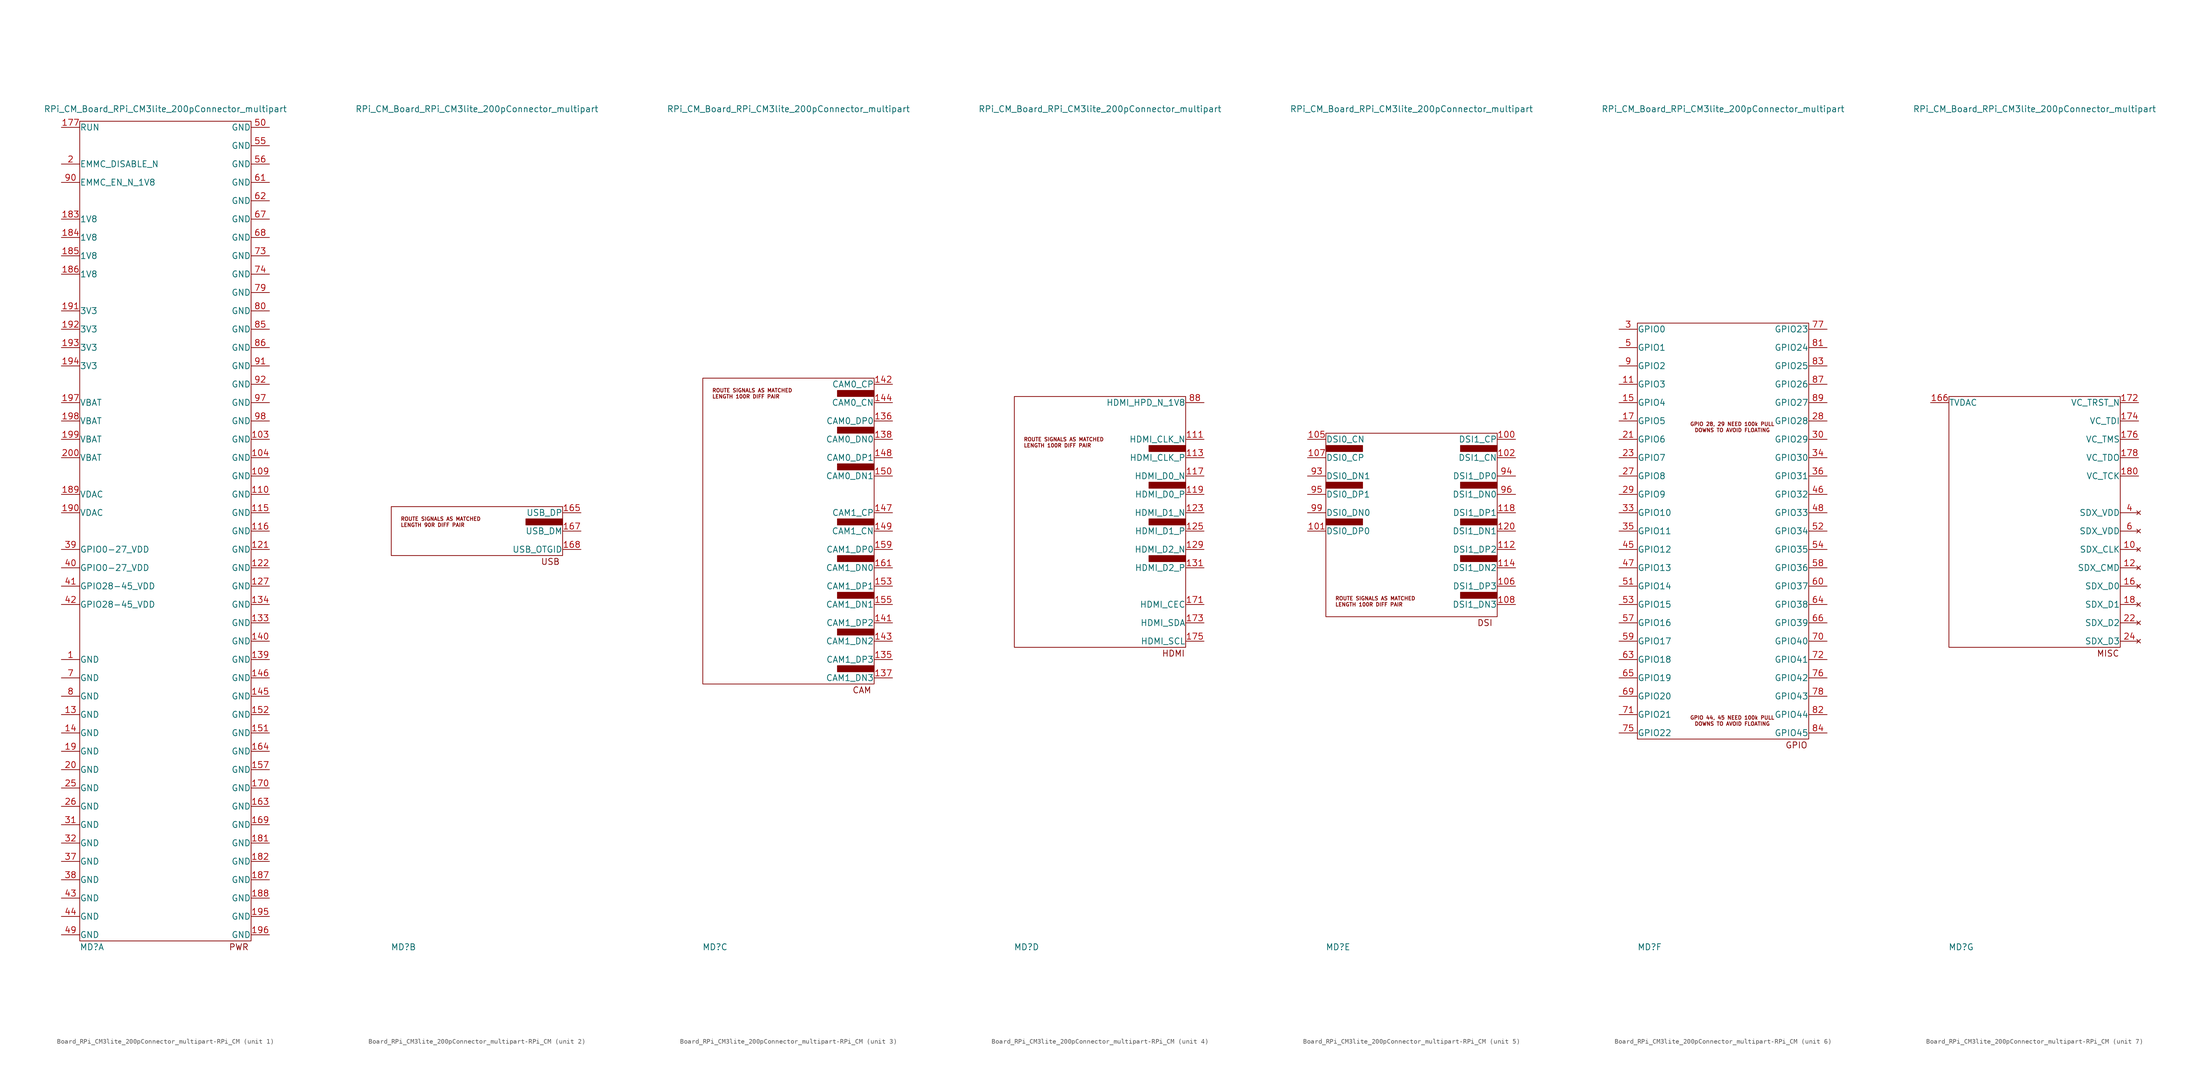
<source format=kicad_sym>
(kicad_symbol_lib
  (version 20220914)
  (generator kicad_symbol_editor)
  (symbol "Board_RPi_CM3lite_200pConnector_multipart-RPi_CM"
    (pin_names
      (offset 0.025))
    (property "Reference" "MD"
      (at -15.24 -86.36 0)
      (effects (font (size 1.27 1.27))))
    (property "Value" "RPi_CM_Board_RPi_CM3lite_200pConnector_multipart"
      (at 0 87.63 0)
      (effects (font (size 1.27 1.27))))
    (property "ki_locked" ""
      (at 0 0 0)
      (effects (font (size 1.27 1.27))))
    (symbol "Board_RPi_CM3lite_200pConnector_multipart-RPi_CM_1_0"
      (text "PWR" (at 15.24 -86.36 0) (effects (font (size 1.27 1.27)))))
    (symbol "Board_RPi_CM3lite_200pConnector_multipart-RPi_CM_1_1"
      (rectangle (start -17.78 85.09) (end 17.78 -85.09) (stroke (width 0) (type solid)) (fill (type none)))
      (pin input line (at -21.59 -26.67 0) (length 3.81) (name "GND" (effects (font (size 1.27 1.27)))) (number "1" (effects (font (size 1.27 1.27)))))
      (pin input line (at 21.59 19.05 180) (length 3.81) (name "GND" (effects (font (size 1.27 1.27)))) (number "103" (effects (font (size 1.27 1.27)))))
      (pin input line (at 21.59 15.24 180) (length 3.81) (name "GND" (effects (font (size 1.27 1.27)))) (number "104" (effects (font (size 1.27 1.27)))))
      (pin input line (at 21.59 11.43 180) (length 3.81) (name "GND" (effects (font (size 1.27 1.27)))) (number "109" (effects (font (size 1.27 1.27)))))
      (pin input line (at 21.59 7.62 180) (length 3.81) (name "GND" (effects (font (size 1.27 1.27)))) (number "110" (effects (font (size 1.27 1.27)))))
      (pin input line (at 21.59 3.81 180) (length 3.81) (name "GND" (effects (font (size 1.27 1.27)))) (number "115" (effects (font (size 1.27 1.27)))))
      (pin input line (at 21.59 0 180) (length 3.81) (name "GND" (effects (font (size 1.27 1.27)))) (number "116" (effects (font (size 1.27 1.27)))))
      (pin input line (at 21.59 -3.81 180) (length 3.81) (name "GND" (effects (font (size 1.27 1.27)))) (number "121" (effects (font (size 1.27 1.27)))))
      (pin input line (at 21.59 -7.62 180) (length 3.81) (name "GND" (effects (font (size 1.27 1.27)))) (number "122" (effects (font (size 1.27 1.27)))))
      (pin input line (at 21.59 -11.43 180) (length 3.81) (name "GND" (effects (font (size 1.27 1.27)))) (number "127" (effects (font (size 1.27 1.27)))))
      (pin input line (at -21.59 -38.1 0) (length 3.81) (name "GND" (effects (font (size 1.27 1.27)))) (number "13" (effects (font (size 1.27 1.27)))))
      (pin input line (at 21.59 -19.05 180) (length 3.81) (name "GND" (effects (font (size 1.27 1.27)))) (number "133" (effects (font (size 1.27 1.27)))))
      (pin input line (at 21.59 -15.24 180) (length 3.81) (name "GND" (effects (font (size 1.27 1.27)))) (number "134" (effects (font (size 1.27 1.27)))))
      (pin input line (at 21.59 -26.67 180) (length 3.81) (name "GND" (effects (font (size 1.27 1.27)))) (number "139" (effects (font (size 1.27 1.27)))))
      (pin input line (at -21.59 -41.91 0) (length 3.81) (name "GND" (effects (font (size 1.27 1.27)))) (number "14" (effects (font (size 1.27 1.27)))))
      (pin input line (at 21.59 -22.86 180) (length 3.81) (name "GND" (effects (font (size 1.27 1.27)))) (number "140" (effects (font (size 1.27 1.27)))))
      (pin input line (at 21.59 -34.29 180) (length 3.81) (name "GND" (effects (font (size 1.27 1.27)))) (number "145" (effects (font (size 1.27 1.27)))))
      (pin input line (at 21.59 -30.48 180) (length 3.81) (name "GND" (effects (font (size 1.27 1.27)))) (number "146" (effects (font (size 1.27 1.27)))))
      (pin input line (at 21.59 -41.91 180) (length 3.81) (name "GND" (effects (font (size 1.27 1.27)))) (number "151" (effects (font (size 1.27 1.27)))))
      (pin input line (at 21.59 -38.1 180) (length 3.81) (name "GND" (effects (font (size 1.27 1.27)))) (number "152" (effects (font (size 1.27 1.27)))))
      (pin input line (at 21.59 -49.53 180) (length 3.81) (name "GND" (effects (font (size 1.27 1.27)))) (number "157" (effects (font (size 1.27 1.27)))))
      (pin input line (at 21.59 -57.15 180) (length 3.81) (name "GND" (effects (font (size 1.27 1.27)))) (number "163" (effects (font (size 1.27 1.27)))))
      (pin input line (at 21.59 -45.72 180) (length 3.81) (name "GND" (effects (font (size 1.27 1.27)))) (number "164" (effects (font (size 1.27 1.27)))))
      (pin input line (at 21.59 -60.96 180) (length 3.81) (name "GND" (effects (font (size 1.27 1.27)))) (number "169" (effects (font (size 1.27 1.27)))))
      (pin input line (at 21.59 -53.34 180) (length 3.81) (name "GND" (effects (font (size 1.27 1.27)))) (number "170" (effects (font (size 1.27 1.27)))))
      (pin input line (at -21.59 83.82 0) (length 3.81) (name "RUN" (effects (font (size 1.27 1.27)))) (number "177" (effects (font (size 1.27 1.27)))))
      (pin no_connect line (at -21.59 80.01 0) (length 3.81) hide (name "VDD_CORE" (effects (font (size 1.27 1.27)))) (number "179" (effects (font (size 1.27 1.27)))))
      (pin input line (at 21.59 -64.77 180) (length 3.81) (name "GND" (effects (font (size 1.27 1.27)))) (number "181" (effects (font (size 1.27 1.27)))))
      (pin input line (at 21.59 -68.58 180) (length 3.81) (name "GND" (effects (font (size 1.27 1.27)))) (number "182" (effects (font (size 1.27 1.27)))))
      (pin input line (at -21.59 64.77 0) (length 3.81) (name "1V8" (effects (font (size 1.27 1.27)))) (number "183" (effects (font (size 1.27 1.27)))))
      (pin input line (at -21.59 60.96 0) (length 3.81) (name "1V8" (effects (font (size 1.27 1.27)))) (number "184" (effects (font (size 1.27 1.27)))))
      (pin input line (at -21.59 57.15 0) (length 3.81) (name "1V8" (effects (font (size 1.27 1.27)))) (number "185" (effects (font (size 1.27 1.27)))))
      (pin input line (at -21.59 53.34 0) (length 3.81) (name "1V8" (effects (font (size 1.27 1.27)))) (number "186" (effects (font (size 1.27 1.27)))))
      (pin input line (at 21.59 -72.39 180) (length 3.81) (name "GND" (effects (font (size 1.27 1.27)))) (number "187" (effects (font (size 1.27 1.27)))))
      (pin input line (at 21.59 -76.2 180) (length 3.81) (name "GND" (effects (font (size 1.27 1.27)))) (number "188" (effects (font (size 1.27 1.27)))))
      (pin input line (at -21.59 7.62 0) (length 3.81) (name "VDAC" (effects (font (size 1.27 1.27)))) (number "189" (effects (font (size 1.27 1.27)))))
      (pin input line (at -21.59 -45.72 0) (length 3.81) (name "GND" (effects (font (size 1.27 1.27)))) (number "19" (effects (font (size 1.27 1.27)))))
      (pin input line (at -21.59 3.81 0) (length 3.81) (name "VDAC" (effects (font (size 1.27 1.27)))) (number "190" (effects (font (size 1.27 1.27)))))
      (pin input line (at -21.59 45.72 0) (length 3.81) (name "3V3" (effects (font (size 1.27 1.27)))) (number "191" (effects (font (size 1.27 1.27)))))
      (pin input line (at -21.59 41.91 0) (length 3.81) (name "3V3" (effects (font (size 1.27 1.27)))) (number "192" (effects (font (size 1.27 1.27)))))
      (pin input line (at -21.59 38.1 0) (length 3.81) (name "3V3" (effects (font (size 1.27 1.27)))) (number "193" (effects (font (size 1.27 1.27)))))
      (pin input line (at -21.59 34.29 0) (length 3.81) (name "3V3" (effects (font (size 1.27 1.27)))) (number "194" (effects (font (size 1.27 1.27)))))
      (pin input line (at 21.59 -80.01 180) (length 3.81) (name "GND" (effects (font (size 1.27 1.27)))) (number "195" (effects (font (size 1.27 1.27)))))
      (pin input line (at 21.59 -83.82 180) (length 3.81) (name "GND" (effects (font (size 1.27 1.27)))) (number "196" (effects (font (size 1.27 1.27)))))
      (pin input line (at -21.59 26.67 0) (length 3.81) (name "VBAT" (effects (font (size 1.27 1.27)))) (number "197" (effects (font (size 1.27 1.27)))))
      (pin input line (at -21.59 22.86 0) (length 3.81) (name "VBAT" (effects (font (size 1.27 1.27)))) (number "198" (effects (font (size 1.27 1.27)))))
      (pin input line (at -21.59 19.05 0) (length 3.81) (name "VBAT" (effects (font (size 1.27 1.27)))) (number "199" (effects (font (size 1.27 1.27)))))
      (pin input line (at -21.59 76.2 0) (length 3.81) (name "EMMC_DISABLE_N" (effects (font (size 1.27 1.27)))) (number "2" (effects (font (size 1.27 1.27)))))
      (pin input line (at -21.59 -49.53 0) (length 3.81) (name "GND" (effects (font (size 1.27 1.27)))) (number "20" (effects (font (size 1.27 1.27)))))
      (pin input line (at -21.59 15.24 0) (length 3.81) (name "VBAT" (effects (font (size 1.27 1.27)))) (number "200" (effects (font (size 1.27 1.27)))))
      (pin input line (at -21.59 -53.34 0) (length 3.81) (name "GND" (effects (font (size 1.27 1.27)))) (number "25" (effects (font (size 1.27 1.27)))))
      (pin input line (at -21.59 -57.15 0) (length 3.81) (name "GND" (effects (font (size 1.27 1.27)))) (number "26" (effects (font (size 1.27 1.27)))))
      (pin input line (at -21.59 -60.96 0) (length 3.81) (name "GND" (effects (font (size 1.27 1.27)))) (number "31" (effects (font (size 1.27 1.27)))))
      (pin input line (at -21.59 -64.77 0) (length 3.81) (name "GND" (effects (font (size 1.27 1.27)))) (number "32" (effects (font (size 1.27 1.27)))))
      (pin input line (at -21.59 -68.58 0) (length 3.81) (name "GND" (effects (font (size 1.27 1.27)))) (number "37" (effects (font (size 1.27 1.27)))))
      (pin input line (at -21.59 -72.39 0) (length 3.81) (name "GND" (effects (font (size 1.27 1.27)))) (number "38" (effects (font (size 1.27 1.27)))))
      (pin input line (at -21.59 -3.81 0) (length 3.81) (name "GPIO0-27_VDD" (effects (font (size 1.27 1.27)))) (number "39" (effects (font (size 1.27 1.27)))))
      (pin input line (at -21.59 -7.62 0) (length 3.81) (name "GPIO0-27_VDD" (effects (font (size 1.27 1.27)))) (number "40" (effects (font (size 1.27 1.27)))))
      (pin input line (at -21.59 -11.43 0) (length 3.81) (name "GPIO28-45_VDD" (effects (font (size 1.27 1.27)))) (number "41" (effects (font (size 1.27 1.27)))))
      (pin input line (at -21.59 -15.24 0) (length 3.81) (name "GPIO28-45_VDD" (effects (font (size 1.27 1.27)))) (number "42" (effects (font (size 1.27 1.27)))))
      (pin input line (at -21.59 -76.2 0) (length 3.81) (name "GND" (effects (font (size 1.27 1.27)))) (number "43" (effects (font (size 1.27 1.27)))))
      (pin input line (at -21.59 -80.01 0) (length 3.81) (name "GND" (effects (font (size 1.27 1.27)))) (number "44" (effects (font (size 1.27 1.27)))))
      (pin input line (at -21.59 -83.82 0) (length 3.81) (name "GND" (effects (font (size 1.27 1.27)))) (number "49" (effects (font (size 1.27 1.27)))))
      (pin input line (at 21.59 83.82 180) (length 3.81) (name "GND" (effects (font (size 1.27 1.27)))) (number "50" (effects (font (size 1.27 1.27)))))
      (pin input line (at 21.59 80.01 180) (length 3.81) (name "GND" (effects (font (size 1.27 1.27)))) (number "55" (effects (font (size 1.27 1.27)))))
      (pin input line (at 21.59 76.2 180) (length 3.81) (name "GND" (effects (font (size 1.27 1.27)))) (number "56" (effects (font (size 1.27 1.27)))))
      (pin input line (at 21.59 72.39 180) (length 3.81) (name "GND" (effects (font (size 1.27 1.27)))) (number "61" (effects (font (size 1.27 1.27)))))
      (pin input line (at 21.59 68.58 180) (length 3.81) (name "GND" (effects (font (size 1.27 1.27)))) (number "62" (effects (font (size 1.27 1.27)))))
      (pin input line (at 21.59 64.77 180) (length 3.81) (name "GND" (effects (font (size 1.27 1.27)))) (number "67" (effects (font (size 1.27 1.27)))))
      (pin input line (at 21.59 60.96 180) (length 3.81) (name "GND" (effects (font (size 1.27 1.27)))) (number "68" (effects (font (size 1.27 1.27)))))
      (pin input line (at -21.59 -30.48 0) (length 3.81) (name "GND" (effects (font (size 1.27 1.27)))) (number "7" (effects (font (size 1.27 1.27)))))
      (pin input line (at 21.59 57.15 180) (length 3.81) (name "GND" (effects (font (size 1.27 1.27)))) (number "73" (effects (font (size 1.27 1.27)))))
      (pin input line (at 21.59 53.34 180) (length 3.81) (name "GND" (effects (font (size 1.27 1.27)))) (number "74" (effects (font (size 1.27 1.27)))))
      (pin input line (at 21.59 49.53 180) (length 3.81) (name "GND" (effects (font (size 1.27 1.27)))) (number "79" (effects (font (size 1.27 1.27)))))
      (pin input line (at -21.59 -34.29 0) (length 3.81) (name "GND" (effects (font (size 1.27 1.27)))) (number "8" (effects (font (size 1.27 1.27)))))
      (pin input line (at 21.59 45.72 180) (length 3.81) (name "GND" (effects (font (size 1.27 1.27)))) (number "80" (effects (font (size 1.27 1.27)))))
      (pin input line (at 21.59 41.91 180) (length 3.81) (name "GND" (effects (font (size 1.27 1.27)))) (number "85" (effects (font (size 1.27 1.27)))))
      (pin input line (at 21.59 38.1 180) (length 3.81) (name "GND" (effects (font (size 1.27 1.27)))) (number "86" (effects (font (size 1.27 1.27)))))
      (pin input line (at -21.59 72.39 0) (length 3.81) (name "EMMC_EN_N_1V8" (effects (font (size 1.27 1.27)))) (number "90" (effects (font (size 1.27 1.27)))))
      (pin input line (at 21.59 34.29 180) (length 3.81) (name "GND" (effects (font (size 1.27 1.27)))) (number "91" (effects (font (size 1.27 1.27)))))
      (pin input line (at 21.59 30.48 180) (length 3.81) (name "GND" (effects (font (size 1.27 1.27)))) (number "92" (effects (font (size 1.27 1.27)))))
      (pin input line (at 21.59 26.67 180) (length 3.81) (name "GND" (effects (font (size 1.27 1.27)))) (number "97" (effects (font (size 1.27 1.27)))))
      (pin input line (at 21.59 22.86 180) (length 3.81) (name "GND" (effects (font (size 1.27 1.27)))) (number "98" (effects (font (size 1.27 1.27))))))
    (symbol "Board_RPi_CM3lite_200pConnector_multipart-RPi_CM_2_0"
      (rectangle (start 10.16 2.54) (end 17.78 1.27) (stroke (width 0) (type solid)) (fill (type outline)))
      (text "LENGTH 90R DIFF PAIR" (at -15.875 1.27 0) (effects (font (size 0.762 0.762)) (justify left)))
      (text "ROUTE SIGNALS AS MATCHED" (at -15.875 2.54 0) (effects (font (size 0.762 0.762)) (justify left)))
      (text "USB" (at 15.24 -6.35 0) (effects (font (size 1.27 1.27)))))
    (symbol "Board_RPi_CM3lite_200pConnector_multipart-RPi_CM_2_1"
      (rectangle (start -17.78 5.08) (end 17.78 -5.08) (stroke (width 0) (type solid)) (fill (type none)))
      (pin input line (at 21.59 3.81 180) (length 3.81) (name "USB_DP" (effects (font (size 1.27 1.27)))) (number "165" (effects (font (size 1.27 1.27)))))
      (pin input line (at 21.59 0 180) (length 3.81) (name "USB_DM" (effects (font (size 1.27 1.27)))) (number "167" (effects (font (size 1.27 1.27)))))
      (pin input line (at 21.59 -3.81 180) (length 3.81) (name "USB_OTGID" (effects (font (size 1.27 1.27)))) (number "168" (effects (font (size 1.27 1.27))))))
    (symbol "Board_RPi_CM3lite_200pConnector_multipart-RPi_CM_3_0"
      (rectangle (start -17.78 31.75) (end 17.78 -31.75) (stroke (width 0) (type solid)) (fill (type none)))
      (rectangle (start 10.16 -27.94) (end 17.78 -29.21) (stroke (width 0) (type solid)) (fill (type outline)))
      (rectangle (start 10.16 -20.32) (end 17.78 -21.59) (stroke (width 0) (type solid)) (fill (type outline)))
      (rectangle (start 10.16 -12.7) (end 17.78 -13.97) (stroke (width 0) (type solid)) (fill (type outline)))
      (rectangle (start 10.16 -5.08) (end 17.78 -6.35) (stroke (width 0) (type solid)) (fill (type outline)))
      (rectangle (start 10.16 2.54) (end 17.78 1.27) (stroke (width 0) (type solid)) (fill (type outline)))
      (rectangle (start 10.16 13.97) (end 17.78 12.7) (stroke (width 0) (type solid)) (fill (type outline)))
      (rectangle (start 10.16 21.59) (end 17.78 20.32) (stroke (width 0) (type solid)) (fill (type outline)))
      (rectangle (start 10.16 29.21) (end 17.78 27.94) (stroke (width 0) (type solid)) (fill (type outline)))
      (text "CAM" (at 15.24 -33.02 0) (effects (font (size 1.27 1.27))))
      (text "LENGTH 100R DIFF PAIR" (at -15.875 27.94 0) (effects (font (size 0.762 0.762)) (justify left)))
      (text "ROUTE SIGNALS AS MATCHED" (at -15.875 29.21 0) (effects (font (size 0.762 0.762)) (justify left))))
    (symbol "Board_RPi_CM3lite_200pConnector_multipart-RPi_CM_3_1"
      (pin input line (at 21.59 -26.67 180) (length 3.81) (name "CAM1_DP3" (effects (font (size 1.27 1.27)))) (number "135" (effects (font (size 1.27 1.27)))))
      (pin input line (at 21.59 22.86 180) (length 3.81) (name "CAM0_DP0" (effects (font (size 1.27 1.27)))) (number "136" (effects (font (size 1.27 1.27)))))
      (pin input line (at 21.59 -30.48 180) (length 3.81) (name "CAM1_DN3" (effects (font (size 1.27 1.27)))) (number "137" (effects (font (size 1.27 1.27)))))
      (pin input line (at 21.59 19.05 180) (length 3.81) (name "CAM0_DN0" (effects (font (size 1.27 1.27)))) (number "138" (effects (font (size 1.27 1.27)))))
      (pin input line (at 21.59 -19.05 180) (length 3.81) (name "CAM1_DP2" (effects (font (size 1.27 1.27)))) (number "141" (effects (font (size 1.27 1.27)))))
      (pin input line (at 21.59 30.48 180) (length 3.81) (name "CAM0_CP" (effects (font (size 1.27 1.27)))) (number "142" (effects (font (size 1.27 1.27)))))
      (pin input line (at 21.59 -22.86 180) (length 3.81) (name "CAM1_DN2" (effects (font (size 1.27 1.27)))) (number "143" (effects (font (size 1.27 1.27)))))
      (pin input line (at 21.59 26.67 180) (length 3.81) (name "CAM0_CN" (effects (font (size 1.27 1.27)))) (number "144" (effects (font (size 1.27 1.27)))))
      (pin input line (at 21.59 3.81 180) (length 3.81) (name "CAM1_CP" (effects (font (size 1.27 1.27)))) (number "147" (effects (font (size 1.27 1.27)))))
      (pin input line (at 21.59 15.24 180) (length 3.81) (name "CAM0_DP1" (effects (font (size 1.27 1.27)))) (number "148" (effects (font (size 1.27 1.27)))))
      (pin input line (at 21.59 0 180) (length 3.81) (name "CAM1_CN" (effects (font (size 1.27 1.27)))) (number "149" (effects (font (size 1.27 1.27)))))
      (pin input line (at 21.59 11.43 180) (length 3.81) (name "CAM0_DN1" (effects (font (size 1.27 1.27)))) (number "150" (effects (font (size 1.27 1.27)))))
      (pin input line (at 21.59 -11.43 180) (length 3.81) (name "CAM1_DP1" (effects (font (size 1.27 1.27)))) (number "153" (effects (font (size 1.27 1.27)))))
      (pin input line (at 21.59 -15.24 180) (length 3.81) (name "CAM1_DN1" (effects (font (size 1.27 1.27)))) (number "155" (effects (font (size 1.27 1.27)))))
      (pin input line (at 21.59 -3.81 180) (length 3.81) (name "CAM1_DP0" (effects (font (size 1.27 1.27)))) (number "159" (effects (font (size 1.27 1.27)))))
      (pin input line (at 21.59 -7.62 180) (length 3.81) (name "CAM1_DN0" (effects (font (size 1.27 1.27)))) (number "161" (effects (font (size 1.27 1.27))))))
    (symbol "Board_RPi_CM3lite_200pConnector_multipart-RPi_CM_4_0"
      (rectangle (start -17.78 27.94) (end 17.78 -24.13) (stroke (width 0) (type solid)) (fill (type none)))
      (rectangle (start 10.16 -5.08) (end 17.78 -6.35) (stroke (width 0) (type solid)) (fill (type outline)))
      (rectangle (start 10.16 2.54) (end 17.78 1.27) (stroke (width 0) (type solid)) (fill (type outline)))
      (rectangle (start 10.16 10.16) (end 17.78 8.89) (stroke (width 0) (type solid)) (fill (type outline)))
      (rectangle (start 10.16 17.78) (end 17.78 16.51) (stroke (width 0) (type solid)) (fill (type outline)))
      (text "HDMI" (at 15.24 -25.4 0) (effects (font (size 1.27 1.27))))
      (text "LENGTH 100R DIFF PAIR" (at -15.875 17.78 0) (effects (font (size 0.762 0.762)) (justify left)))
      (text "ROUTE SIGNALS AS MATCHED" (at -15.875 19.05 0) (effects (font (size 0.762 0.762)) (justify left))))
    (symbol "Board_RPi_CM3lite_200pConnector_multipart-RPi_CM_4_1"
      (pin input line (at 21.59 19.05 180) (length 3.81) (name "HDMI_CLK_N" (effects (font (size 1.27 1.27)))) (number "111" (effects (font (size 1.27 1.27)))))
      (pin input line (at 21.59 15.24 180) (length 3.81) (name "HDMI_CLK_P" (effects (font (size 1.27 1.27)))) (number "113" (effects (font (size 1.27 1.27)))))
      (pin input line (at 21.59 11.43 180) (length 3.81) (name "HDMI_D0_N" (effects (font (size 1.27 1.27)))) (number "117" (effects (font (size 1.27 1.27)))))
      (pin input line (at 21.59 7.62 180) (length 3.81) (name "HDMI_D0_P" (effects (font (size 1.27 1.27)))) (number "119" (effects (font (size 1.27 1.27)))))
      (pin input line (at 21.59 3.81 180) (length 3.81) (name "HDMI_D1_N" (effects (font (size 1.27 1.27)))) (number "123" (effects (font (size 1.27 1.27)))))
      (pin input line (at 21.59 0 180) (length 3.81) (name "HDMI_D1_P" (effects (font (size 1.27 1.27)))) (number "125" (effects (font (size 1.27 1.27)))))
      (pin input line (at 21.59 -3.81 180) (length 3.81) (name "HDMI_D2_N" (effects (font (size 1.27 1.27)))) (number "129" (effects (font (size 1.27 1.27)))))
      (pin input line (at 21.59 -7.62 180) (length 3.81) (name "HDMI_D2_P" (effects (font (size 1.27 1.27)))) (number "131" (effects (font (size 1.27 1.27)))))
      (pin input line (at 21.59 -15.24 180) (length 3.81) (name "HDMI_CEC" (effects (font (size 1.27 1.27)))) (number "171" (effects (font (size 1.27 1.27)))))
      (pin input line (at 21.59 -19.05 180) (length 3.81) (name "HDMI_SDA" (effects (font (size 1.27 1.27)))) (number "173" (effects (font (size 1.27 1.27)))))
      (pin input line (at 21.59 -22.86 180) (length 3.81) (name "HDMI_SCL" (effects (font (size 1.27 1.27)))) (number "175" (effects (font (size 1.27 1.27)))))
      (pin input line (at 21.59 26.67 180) (length 3.81) (name "HDMI_HPD_N_1V8" (effects (font (size 1.27 1.27)))) (number "88" (effects (font (size 1.27 1.27))))))
    (symbol "Board_RPi_CM3lite_200pConnector_multipart-RPi_CM_5_0"
      (rectangle (start -17.78 2.54) (end -10.16 1.27) (stroke (width 0) (type solid)) (fill (type outline)))
      (rectangle (start -17.78 10.16) (end -10.16 8.89) (stroke (width 0) (type solid)) (fill (type outline)))
      (rectangle (start -17.78 17.78) (end -10.16 16.51) (stroke (width 0) (type solid)) (fill (type outline)))
      (rectangle (start -17.78 20.32) (end 17.78 -17.78) (stroke (width 0) (type solid)) (fill (type none)))
      (rectangle (start 10.16 -12.7) (end 17.78 -13.97) (stroke (width 0) (type solid)) (fill (type outline)))
      (rectangle (start 10.16 -5.08) (end 17.78 -6.35) (stroke (width 0) (type solid)) (fill (type outline)))
      (rectangle (start 10.16 2.54) (end 17.78 1.27) (stroke (width 0) (type solid)) (fill (type outline)))
      (rectangle (start 10.16 10.16) (end 17.78 8.89) (stroke (width 0) (type solid)) (fill (type outline)))
      (rectangle (start 10.16 17.78) (end 17.78 16.51) (stroke (width 0) (type solid)) (fill (type outline)))
      (text "DSI" (at 15.24 -19.05 0) (effects (font (size 1.27 1.27))))
      (text "LENGTH 100R DIFF PAIR" (at -15.875 -15.24 0) (effects (font (size 0.762 0.762)) (justify left)))
      (text "ROUTE SIGNALS AS MATCHED" (at -15.875 -13.97 0) (effects (font (size 0.762 0.762)) (justify left))))
    (symbol "Board_RPi_CM3lite_200pConnector_multipart-RPi_CM_5_1"
      (pin input line (at 21.59 19.05 180) (length 3.81) (name "DSI1_CP" (effects (font (size 1.27 1.27)))) (number "100" (effects (font (size 1.27 1.27)))))
      (pin input line (at -21.59 0 0) (length 3.81) (name "DSI0_DP0" (effects (font (size 1.27 1.27)))) (number "101" (effects (font (size 1.27 1.27)))))
      (pin input line (at 21.59 15.24 180) (length 3.81) (name "DSI1_CN" (effects (font (size 1.27 1.27)))) (number "102" (effects (font (size 1.27 1.27)))))
      (pin input line (at -21.59 19.05 0) (length 3.81) (name "DSI0_CN" (effects (font (size 1.27 1.27)))) (number "105" (effects (font (size 1.27 1.27)))))
      (pin input line (at 21.59 -11.43 180) (length 3.81) (name "DSI1_DP3" (effects (font (size 1.27 1.27)))) (number "106" (effects (font (size 1.27 1.27)))))
      (pin input line (at -21.59 15.24 0) (length 3.81) (name "DSI0_CP" (effects (font (size 1.27 1.27)))) (number "107" (effects (font (size 1.27 1.27)))))
      (pin input line (at 21.59 -15.24 180) (length 3.81) (name "DSI1_DN3" (effects (font (size 1.27 1.27)))) (number "108" (effects (font (size 1.27 1.27)))))
      (pin input line (at 21.59 -3.81 180) (length 3.81) (name "DSI1_DP2" (effects (font (size 1.27 1.27)))) (number "112" (effects (font (size 1.27 1.27)))))
      (pin input line (at 21.59 -7.62 180) (length 3.81) (name "DSI1_DN2" (effects (font (size 1.27 1.27)))) (number "114" (effects (font (size 1.27 1.27)))))
      (pin input line (at 21.59 3.81 180) (length 3.81) (name "DSI1_DP1" (effects (font (size 1.27 1.27)))) (number "118" (effects (font (size 1.27 1.27)))))
      (pin input line (at 21.59 0 180) (length 3.81) (name "DSI1_DN1" (effects (font (size 1.27 1.27)))) (number "120" (effects (font (size 1.27 1.27)))))
      (pin input line (at -21.59 11.43 0) (length 3.81) (name "DSI0_DN1" (effects (font (size 1.27 1.27)))) (number "93" (effects (font (size 1.27 1.27)))))
      (pin input line (at 21.59 11.43 180) (length 3.81) (name "DSI1_DP0" (effects (font (size 1.27 1.27)))) (number "94" (effects (font (size 1.27 1.27)))))
      (pin input line (at -21.59 7.62 0) (length 3.81) (name "DSI0_DP1" (effects (font (size 1.27 1.27)))) (number "95" (effects (font (size 1.27 1.27)))))
      (pin input line (at 21.59 7.62 180) (length 3.81) (name "DSI1_DN0" (effects (font (size 1.27 1.27)))) (number "96" (effects (font (size 1.27 1.27)))))
      (pin input line (at -21.59 3.81 0) (length 3.81) (name "DSI0_DN0" (effects (font (size 1.27 1.27)))) (number "99" (effects (font (size 1.27 1.27))))))
    (symbol "Board_RPi_CM3lite_200pConnector_multipart-RPi_CM_6_0"
      (rectangle (start -17.78 43.18) (end 17.78 -43.18) (stroke (width 0) (type solid)) (fill (type none)))
      (text "DOWNS TO AVOID FLOATING" (at 1.905 -40.005 0) (effects (font (size 0.762 0.762))))
      (text "DOWNS TO AVOID FLOATING" (at 1.905 20.955 0) (effects (font (size 0.762 0.762))))
      (text "GPIO" (at 15.24 -44.45 0) (effects (font (size 1.27 1.27))))
      (text "GPIO 28, 29 NEED 100k PULL" (at 1.905 22.225 0) (effects (font (size 0.762 0.762))))
      (text "GPIO 44, 45 NEED 100k PULL" (at 1.905 -38.735 0) (effects (font (size 0.762 0.762)))))
    (symbol "Board_RPi_CM3lite_200pConnector_multipart-RPi_CM_6_1"
      (pin input line (at -21.59 30.48 0) (length 3.81) (name "GPIO3" (effects (font (size 1.27 1.27)))) (number "11" (effects (font (size 1.27 1.27)))))
      (pin input line (at -21.59 26.67 0) (length 3.81) (name "GPIO4" (effects (font (size 1.27 1.27)))) (number "15" (effects (font (size 1.27 1.27)))))
      (pin input line (at -21.59 22.86 0) (length 3.81) (name "GPIO5" (effects (font (size 1.27 1.27)))) (number "17" (effects (font (size 1.27 1.27)))))
      (pin input line (at -21.59 19.05 0) (length 3.81) (name "GPIO6" (effects (font (size 1.27 1.27)))) (number "21" (effects (font (size 1.27 1.27)))))
      (pin input line (at -21.59 15.24 0) (length 3.81) (name "GPIO7" (effects (font (size 1.27 1.27)))) (number "23" (effects (font (size 1.27 1.27)))))
      (pin input line (at -21.59 11.43 0) (length 3.81) (name "GPIO8" (effects (font (size 1.27 1.27)))) (number "27" (effects (font (size 1.27 1.27)))))
      (pin input line (at 21.59 22.86 180) (length 3.81) (name "GPIO28" (effects (font (size 1.27 1.27)))) (number "28" (effects (font (size 1.27 1.27)))))
      (pin input line (at -21.59 7.62 0) (length 3.81) (name "GPIO9" (effects (font (size 1.27 1.27)))) (number "29" (effects (font (size 1.27 1.27)))))
      (pin input line (at -21.59 41.91 0) (length 3.81) (name "GPIO0" (effects (font (size 1.27 1.27)))) (number "3" (effects (font (size 1.27 1.27)))))
      (pin input line (at 21.59 19.05 180) (length 3.81) (name "GPIO29" (effects (font (size 1.27 1.27)))) (number "30" (effects (font (size 1.27 1.27)))))
      (pin input line (at -21.59 3.81 0) (length 3.81) (name "GPIO10" (effects (font (size 1.27 1.27)))) (number "33" (effects (font (size 1.27 1.27)))))
      (pin input line (at 21.59 15.24 180) (length 3.81) (name "GPIO30" (effects (font (size 1.27 1.27)))) (number "34" (effects (font (size 1.27 1.27)))))
      (pin input line (at -21.59 0 0) (length 3.81) (name "GPIO11" (effects (font (size 1.27 1.27)))) (number "35" (effects (font (size 1.27 1.27)))))
      (pin input line (at 21.59 11.43 180) (length 3.81) (name "GPIO31" (effects (font (size 1.27 1.27)))) (number "36" (effects (font (size 1.27 1.27)))))
      (pin input line (at -21.59 -3.81 0) (length 3.81) (name "GPIO12" (effects (font (size 1.27 1.27)))) (number "45" (effects (font (size 1.27 1.27)))))
      (pin input line (at 21.59 7.62 180) (length 3.81) (name "GPIO32" (effects (font (size 1.27 1.27)))) (number "46" (effects (font (size 1.27 1.27)))))
      (pin input line (at -21.59 -7.62 0) (length 3.81) (name "GPIO13" (effects (font (size 1.27 1.27)))) (number "47" (effects (font (size 1.27 1.27)))))
      (pin input line (at 21.59 3.81 180) (length 3.81) (name "GPIO33" (effects (font (size 1.27 1.27)))) (number "48" (effects (font (size 1.27 1.27)))))
      (pin input line (at -21.59 38.1 0) (length 3.81) (name "GPIO1" (effects (font (size 1.27 1.27)))) (number "5" (effects (font (size 1.27 1.27)))))
      (pin input line (at -21.59 -11.43 0) (length 3.81) (name "GPIO14" (effects (font (size 1.27 1.27)))) (number "51" (effects (font (size 1.27 1.27)))))
      (pin input line (at 21.59 0 180) (length 3.81) (name "GPIO34" (effects (font (size 1.27 1.27)))) (number "52" (effects (font (size 1.27 1.27)))))
      (pin input line (at -21.59 -15.24 0) (length 3.81) (name "GPIO15" (effects (font (size 1.27 1.27)))) (number "53" (effects (font (size 1.27 1.27)))))
      (pin input line (at 21.59 -3.81 180) (length 3.81) (name "GPIO35" (effects (font (size 1.27 1.27)))) (number "54" (effects (font (size 1.27 1.27)))))
      (pin input line (at -21.59 -19.05 0) (length 3.81) (name "GPIO16" (effects (font (size 1.27 1.27)))) (number "57" (effects (font (size 1.27 1.27)))))
      (pin input line (at 21.59 -7.62 180) (length 3.81) (name "GPIO36" (effects (font (size 1.27 1.27)))) (number "58" (effects (font (size 1.27 1.27)))))
      (pin input line (at -21.59 -22.86 0) (length 3.81) (name "GPIO17" (effects (font (size 1.27 1.27)))) (number "59" (effects (font (size 1.27 1.27)))))
      (pin input line (at 21.59 -11.43 180) (length 3.81) (name "GPIO37" (effects (font (size 1.27 1.27)))) (number "60" (effects (font (size 1.27 1.27)))))
      (pin input line (at -21.59 -26.67 0) (length 3.81) (name "GPIO18" (effects (font (size 1.27 1.27)))) (number "63" (effects (font (size 1.27 1.27)))))
      (pin input line (at 21.59 -15.24 180) (length 3.81) (name "GPIO38" (effects (font (size 1.27 1.27)))) (number "64" (effects (font (size 1.27 1.27)))))
      (pin input line (at -21.59 -30.48 0) (length 3.81) (name "GPIO19" (effects (font (size 1.27 1.27)))) (number "65" (effects (font (size 1.27 1.27)))))
      (pin input line (at 21.59 -19.05 180) (length 3.81) (name "GPIO39" (effects (font (size 1.27 1.27)))) (number "66" (effects (font (size 1.27 1.27)))))
      (pin input line (at -21.59 -34.29 0) (length 3.81) (name "GPIO20" (effects (font (size 1.27 1.27)))) (number "69" (effects (font (size 1.27 1.27)))))
      (pin input line (at 21.59 -22.86 180) (length 3.81) (name "GPIO40" (effects (font (size 1.27 1.27)))) (number "70" (effects (font (size 1.27 1.27)))))
      (pin input line (at -21.59 -38.1 0) (length 3.81) (name "GPIO21" (effects (font (size 1.27 1.27)))) (number "71" (effects (font (size 1.27 1.27)))))
      (pin input line (at 21.59 -26.67 180) (length 3.81) (name "GPIO41" (effects (font (size 1.27 1.27)))) (number "72" (effects (font (size 1.27 1.27)))))
      (pin input line (at -21.59 -41.91 0) (length 3.81) (name "GPIO22" (effects (font (size 1.27 1.27)))) (number "75" (effects (font (size 1.27 1.27)))))
      (pin input line (at 21.59 -30.48 180) (length 3.81) (name "GPIO42" (effects (font (size 1.27 1.27)))) (number "76" (effects (font (size 1.27 1.27)))))
      (pin input line (at 21.59 41.91 180) (length 3.81) (name "GPIO23" (effects (font (size 1.27 1.27)))) (number "77" (effects (font (size 1.27 1.27)))))
      (pin input line (at 21.59 -34.29 180) (length 3.81) (name "GPIO43" (effects (font (size 1.27 1.27)))) (number "78" (effects (font (size 1.27 1.27)))))
      (pin input line (at 21.59 38.1 180) (length 3.81) (name "GPIO24" (effects (font (size 1.27 1.27)))) (number "81" (effects (font (size 1.27 1.27)))))
      (pin input line (at 21.59 -38.1 180) (length 3.81) (name "GPIO44" (effects (font (size 1.27 1.27)))) (number "82" (effects (font (size 1.27 1.27)))))
      (pin input line (at 21.59 34.29 180) (length 3.81) (name "GPIO25" (effects (font (size 1.27 1.27)))) (number "83" (effects (font (size 1.27 1.27)))))
      (pin input line (at 21.59 -41.91 180) (length 3.81) (name "GPIO45" (effects (font (size 1.27 1.27)))) (number "84" (effects (font (size 1.27 1.27)))))
      (pin input line (at 21.59 30.48 180) (length 3.81) (name "GPIO26" (effects (font (size 1.27 1.27)))) (number "87" (effects (font (size 1.27 1.27)))))
      (pin input line (at 21.59 26.67 180) (length 3.81) (name "GPIO27" (effects (font (size 1.27 1.27)))) (number "89" (effects (font (size 1.27 1.27)))))
      (pin input line (at -21.59 34.29 0) (length 3.81) (name "GPIO2" (effects (font (size 1.27 1.27)))) (number "9" (effects (font (size 1.27 1.27))))))
    (symbol "Board_RPi_CM3lite_200pConnector_multipart-RPi_CM_7_0"
      (rectangle (start -17.78 27.94) (end 17.78 -24.13) (stroke (width 0) (type solid)) (fill (type none)))
      (text "MISC" (at 15.24 -25.4 0) (effects (font (size 1.27 1.27)))))
    (symbol "Board_RPi_CM3lite_200pConnector_multipart-RPi_CM_7_1"
      (pin no_connect line (at 21.59 -3.81 180) (length 3.81) (name "SDX_CLK" (effects (font (size 1.27 1.27)))) (number "10" (effects (font (size 1.27 1.27)))))
      (pin no_connect line (at 21.59 -7.62 180) (length 3.81) (name "SDX_CMD" (effects (font (size 1.27 1.27)))) (number "12" (effects (font (size 1.27 1.27)))))
      (pin no_connect line (at -21.59 11.43 0) (length 3.81) hide (name "NC" (effects (font (size 1.27 1.27)))) (number "124" (effects (font (size 1.27 1.27)))))
      (pin no_connect line (at -21.59 7.62 0) (length 3.81) hide (name "NC" (effects (font (size 1.27 1.27)))) (number "126" (effects (font (size 1.27 1.27)))))
      (pin no_connect line (at -21.59 3.81 0) (length 3.81) hide (name "NC" (effects (font (size 1.27 1.27)))) (number "128" (effects (font (size 1.27 1.27)))))
      (pin no_connect line (at -21.59 0 0) (length 3.81) hide (name "NC" (effects (font (size 1.27 1.27)))) (number "130" (effects (font (size 1.27 1.27)))))
      (pin no_connect line (at -21.59 -3.81 0) (length 3.81) hide (name "NC" (effects (font (size 1.27 1.27)))) (number "132" (effects (font (size 1.27 1.27)))))
      (pin no_connect line (at -21.59 -7.62 0) (length 3.81) hide (name "NC" (effects (font (size 1.27 1.27)))) (number "154" (effects (font (size 1.27 1.27)))))
      (pin no_connect line (at -21.59 -11.43 0) (length 3.81) hide (name "NC" (effects (font (size 1.27 1.27)))) (number "156" (effects (font (size 1.27 1.27)))))
      (pin no_connect line (at -21.59 -15.24 0) (length 3.81) hide (name "NC" (effects (font (size 1.27 1.27)))) (number "158" (effects (font (size 1.27 1.27)))))
      (pin no_connect line (at 21.59 -11.43 180) (length 3.81) (name "SDX_D0" (effects (font (size 1.27 1.27)))) (number "16" (effects (font (size 1.27 1.27)))))
      (pin no_connect line (at -21.59 -19.05 0) (length 3.81) hide (name "NC" (effects (font (size 1.27 1.27)))) (number "160" (effects (font (size 1.27 1.27)))))
      (pin no_connect line (at -21.59 -22.86 0) (length 3.81) hide (name "NC" (effects (font (size 1.27 1.27)))) (number "162" (effects (font (size 1.27 1.27)))))
      (pin input line (at -21.59 26.67 0) (length 3.81) (name "TVDAC" (effects (font (size 1.27 1.27)))) (number "166" (effects (font (size 1.27 1.27)))))
      (pin input line (at 21.59 26.67 180) (length 3.81) (name "VC_TRST_N" (effects (font (size 1.27 1.27)))) (number "172" (effects (font (size 1.27 1.27)))))
      (pin input line (at 21.59 22.86 180) (length 3.81) (name "VC_TDI" (effects (font (size 1.27 1.27)))) (number "174" (effects (font (size 1.27 1.27)))))
      (pin input line (at 21.59 19.05 180) (length 3.81) (name "VC_TMS" (effects (font (size 1.27 1.27)))) (number "176" (effects (font (size 1.27 1.27)))))
      (pin input line (at 21.59 15.24 180) (length 3.81) (name "VC_TDO" (effects (font (size 1.27 1.27)))) (number "178" (effects (font (size 1.27 1.27)))))
      (pin no_connect line (at 21.59 -15.24 180) (length 3.81) (name "SDX_D1" (effects (font (size 1.27 1.27)))) (number "18" (effects (font (size 1.27 1.27)))))
      (pin input line (at 21.59 11.43 180) (length 3.81) (name "VC_TCK" (effects (font (size 1.27 1.27)))) (number "180" (effects (font (size 1.27 1.27)))))
      (pin no_connect line (at 21.59 -19.05 180) (length 3.81) (name "SDX_D2" (effects (font (size 1.27 1.27)))) (number "22" (effects (font (size 1.27 1.27)))))
      (pin no_connect line (at 21.59 -22.86 180) (length 3.81) (name "SDX_D3" (effects (font (size 1.27 1.27)))) (number "24" (effects (font (size 1.27 1.27)))))
      (pin no_connect line (at 21.59 3.81 180) (length 3.81) (name "SDX_VDD" (effects (font (size 1.27 1.27)))) (number "4" (effects (font (size 1.27 1.27)))))
      (pin no_connect line (at 21.59 0 180) (length 3.81) (name "SDX_VDD" (effects (font (size 1.27 1.27)))) (number "6" (effects (font (size 1.27 1.27))))))))
</source>
